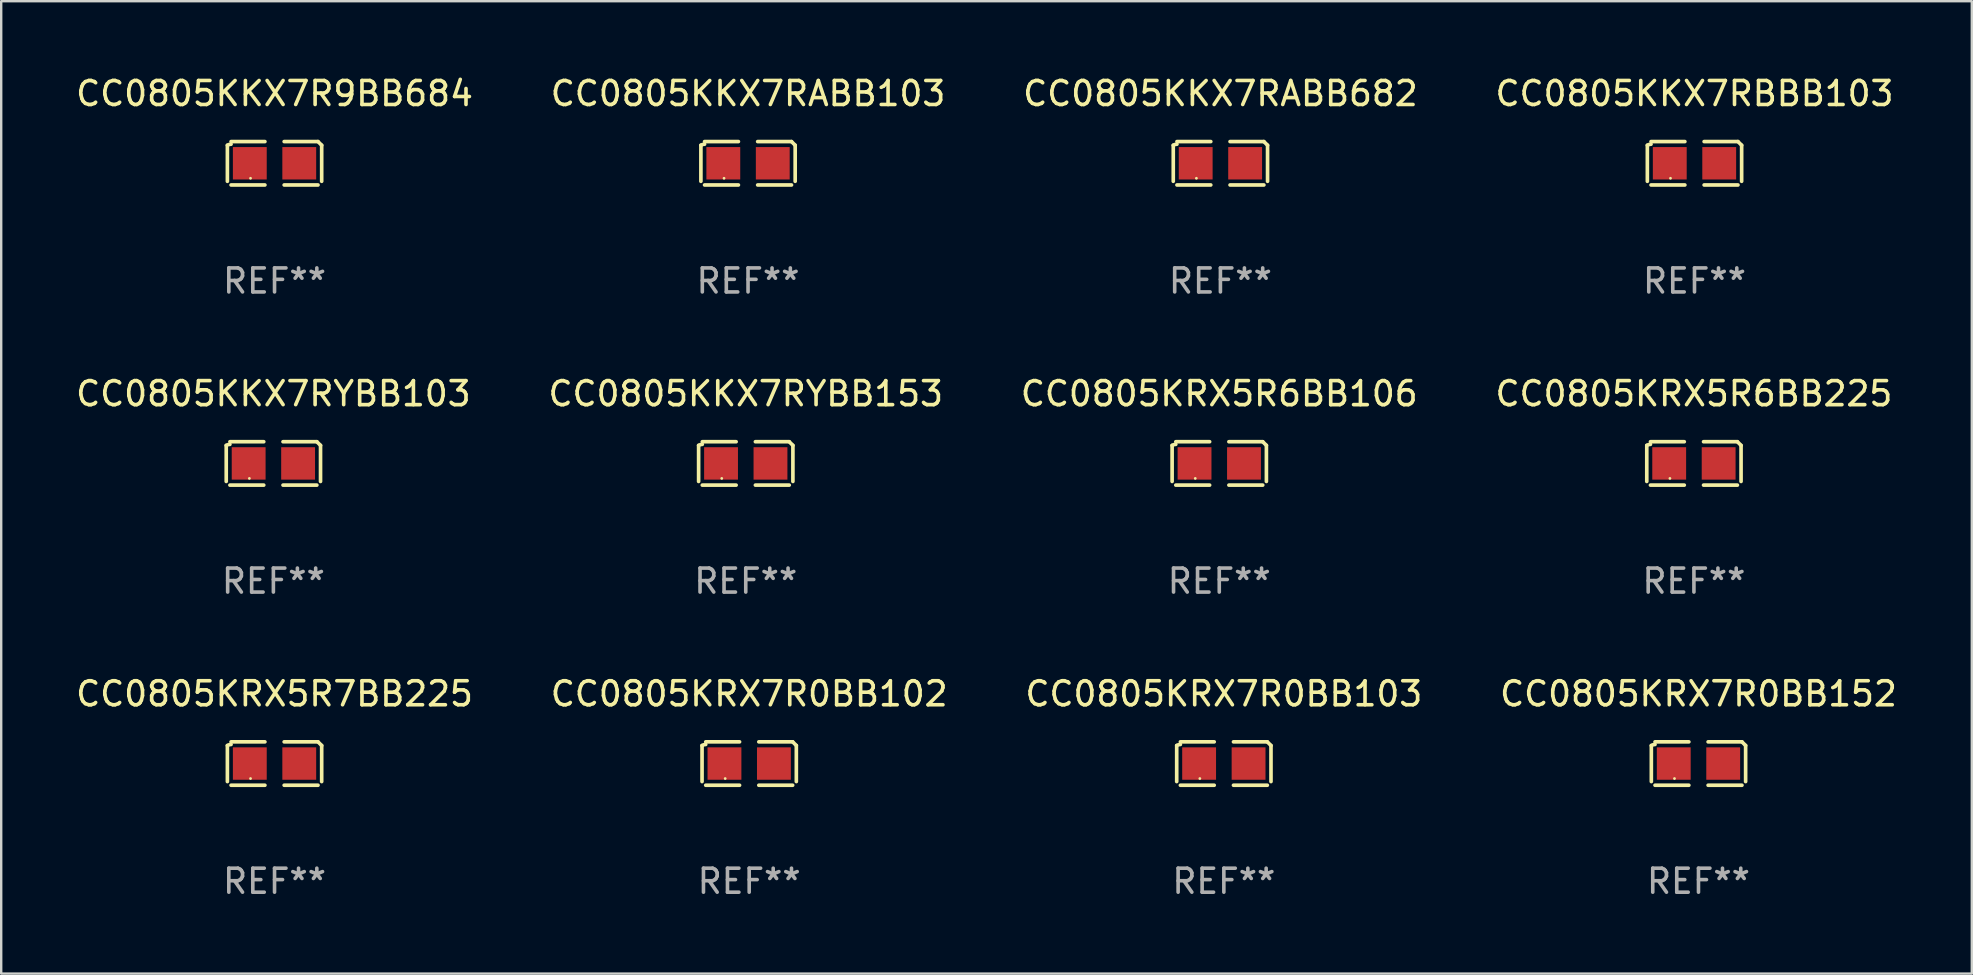
<source format=kicad_pcb>
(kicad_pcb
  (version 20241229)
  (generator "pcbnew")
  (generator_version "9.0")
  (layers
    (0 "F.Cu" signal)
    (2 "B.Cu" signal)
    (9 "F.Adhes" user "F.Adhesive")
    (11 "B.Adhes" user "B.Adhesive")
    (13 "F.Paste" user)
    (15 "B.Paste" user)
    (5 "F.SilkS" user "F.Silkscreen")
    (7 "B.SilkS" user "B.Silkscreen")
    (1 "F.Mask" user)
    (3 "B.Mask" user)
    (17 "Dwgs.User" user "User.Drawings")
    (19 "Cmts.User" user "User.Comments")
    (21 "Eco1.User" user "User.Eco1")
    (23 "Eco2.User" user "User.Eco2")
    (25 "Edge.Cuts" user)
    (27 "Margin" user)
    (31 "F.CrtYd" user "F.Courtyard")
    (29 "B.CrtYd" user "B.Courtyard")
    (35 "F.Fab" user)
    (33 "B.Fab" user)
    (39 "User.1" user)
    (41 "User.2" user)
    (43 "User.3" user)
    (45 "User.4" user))
  (footprint "CC0805KRX7R0BB152"
    (layer "F.Cu")
    (at 67.708 28.759)
    (property "Reference" "CC0805KRX7R0BB152" (at 0 -2.904 0) (layer "F.SilkS") (effects (font (size 1 1) (thickness 0.15))))
    (attr through_hole)
    (fp_line (start -1.964 0.751) (end -1.964 -0.751) (stroke (width 0.152) (type solid)) (layer "F.SilkS"))
    (fp_line (start -1.811 -0.904) (end -0.401 -0.904) (stroke (width 0.152) (type solid)) (layer "F.SilkS"))
    (fp_line (start -0.401 0.904) (end -1.811 0.904) (stroke (width 0.152) (type solid)) (layer "F.SilkS"))
    (fp_line (start 0.401 0.904) (end 1.811 0.904) (stroke (width 0.152) (type solid)) (layer "F.SilkS"))
    (fp_line (start 1.811 -0.904) (end 0.401 -0.904) (stroke (width 0.152) (type solid)) (layer "F.SilkS"))
    (fp_line (start 1.964 0.751) (end 1.964 -0.751) (stroke (width 0.152) (type solid)) (layer "F.SilkS"))
    (fp_arc (start -1.963602 -0.751207) (mid -1.890354 -0.783131) (end -1.811201 -0.794044) (stroke (width 0.1524) (type solid)) (layer "F.SilkS"))
    (fp_arc (start 1.811202 -0.903607) (mid 1.887413 -0.827418) (end 1.963602 -0.751207) (stroke (width 0.1524) (type solid)) (layer "F.SilkS"))
    (fp_circle (center -1 0.625) (end -0.97 0.625) (stroke (width 0.06) (type solid)) (fill no) (layer "F.SilkS"))
    (fp_text user "REF**" (at 0 4.904 0) (layer "F.Fab") (effects (font (size 1 1) (thickness 0.15))))
    (pad "1" smd rect (at -1.03 0) (size 1.41 1.35) (layers "F.Cu" "F.Mask" "F.Paste"))
    (pad "2" smd rect (at 1.03 0) (size 1.41 1.35) (layers "F.Cu" "F.Mask" "F.Paste")))
  (footprint "CC0805KKX7RYBB103"
    (layer "F.Cu")
    (at 8.339 16.256)
    (property "Reference" "CC0805KKX7RYBB103" (at 0 -2.904 0) (layer "F.SilkS") (effects (font (size 1 1) (thickness 0.15))))
    (attr through_hole)
    (fp_line (start -1.964 0.751) (end -1.964 -0.751) (stroke (width 0.152) (type solid)) (layer "F.SilkS"))
    (fp_line (start -1.811 -0.904) (end -0.401 -0.904) (stroke (width 0.152) (type solid)) (layer "F.SilkS"))
    (fp_line (start -0.401 0.904) (end -1.811 0.904) (stroke (width 0.152) (type solid)) (layer "F.SilkS"))
    (fp_line (start 0.401 0.904) (end 1.811 0.904) (stroke (width 0.152) (type solid)) (layer "F.SilkS"))
    (fp_line (start 1.811 -0.904) (end 0.401 -0.904) (stroke (width 0.152) (type solid)) (layer "F.SilkS"))
    (fp_line (start 1.964 0.751) (end 1.964 -0.751) (stroke (width 0.152) (type solid)) (layer "F.SilkS"))
    (fp_arc (start -1.963602 -0.751207) (mid -1.890354 -0.783131) (end -1.811201 -0.794044) (stroke (width 0.1524) (type solid)) (layer "F.SilkS"))
    (fp_arc (start 1.811202 -0.903607) (mid 1.887413 -0.827418) (end 1.963602 -0.751207) (stroke (width 0.1524) (type solid)) (layer "F.SilkS"))
    (fp_circle (center -1 0.625) (end -0.97 0.625) (stroke (width 0.06) (type solid)) (fill no) (layer "F.SilkS"))
    (fp_text user "REF**" (at 0 4.904 0) (layer "F.Fab") (effects (font (size 1 1) (thickness 0.15))))
    (pad "1" smd rect (at -1.03 0) (size 1.41 1.35) (layers "F.Cu" "F.Mask" "F.Paste"))
    (pad "2" smd rect (at 1.03 0) (size 1.41 1.35) (layers "F.Cu" "F.Mask" "F.Paste")))
  (footprint "CC0805KKX7RBBB103"
    (layer "F.Cu")
    (at 67.542 3.752)
    (property "Reference" "CC0805KKX7RBBB103" (at 0 -2.904 0) (layer "F.SilkS") (effects (font (size 1 1) (thickness 0.15))))
    (attr through_hole)
    (fp_line (start -1.964 0.751) (end -1.964 -0.751) (stroke (width 0.152) (type solid)) (layer "F.SilkS"))
    (fp_line (start -1.811 -0.904) (end -0.401 -0.904) (stroke (width 0.152) (type solid)) (layer "F.SilkS"))
    (fp_line (start -0.401 0.904) (end -1.811 0.904) (stroke (width 0.152) (type solid)) (layer "F.SilkS"))
    (fp_line (start 0.401 0.904) (end 1.811 0.904) (stroke (width 0.152) (type solid)) (layer "F.SilkS"))
    (fp_line (start 1.811 -0.904) (end 0.401 -0.904) (stroke (width 0.152) (type solid)) (layer "F.SilkS"))
    (fp_line (start 1.964 0.751) (end 1.964 -0.751) (stroke (width 0.152) (type solid)) (layer "F.SilkS"))
    (fp_arc (start -1.963602 -0.751207) (mid -1.890354 -0.783131) (end -1.811201 -0.794044) (stroke (width 0.1524) (type solid)) (layer "F.SilkS"))
    (fp_arc (start 1.811202 -0.903607) (mid 1.887413 -0.827418) (end 1.963602 -0.751207) (stroke (width 0.1524) (type solid)) (layer "F.SilkS"))
    (fp_circle (center -1 0.625) (end -0.97 0.625) (stroke (width 0.06) (type solid)) (fill no) (layer "F.SilkS"))
    (fp_text user "REF**" (at 0 4.904 0) (layer "F.Fab") (effects (font (size 1 1) (thickness 0.15))))
    (pad "1" smd rect (at -1.03 0) (size 1.41 1.35) (layers "F.Cu" "F.Mask" "F.Paste"))
    (pad "2" smd rect (at 1.03 0) (size 1.41 1.35) (layers "F.Cu" "F.Mask" "F.Paste")))
  (footprint "CC0805KRX5R6BB225"
    (layer "F.Cu")
    (at 67.518 16.256)
    (property "Reference" "CC0805KRX5R6BB225" (at 0 -2.904 0) (layer "F.SilkS") (effects (font (size 1 1) (thickness 0.15))))
    (attr through_hole)
    (fp_line (start -1.964 0.751) (end -1.964 -0.751) (stroke (width 0.152) (type solid)) (layer "F.SilkS"))
    (fp_line (start -1.811 -0.904) (end -0.401 -0.904) (stroke (width 0.152) (type solid)) (layer "F.SilkS"))
    (fp_line (start -0.401 0.904) (end -1.811 0.904) (stroke (width 0.152) (type solid)) (layer "F.SilkS"))
    (fp_line (start 0.401 0.904) (end 1.811 0.904) (stroke (width 0.152) (type solid)) (layer "F.SilkS"))
    (fp_line (start 1.811 -0.904) (end 0.401 -0.904) (stroke (width 0.152) (type solid)) (layer "F.SilkS"))
    (fp_line (start 1.964 0.751) (end 1.964 -0.751) (stroke (width 0.152) (type solid)) (layer "F.SilkS"))
    (fp_arc (start -1.963602 -0.751207) (mid -1.890354 -0.783131) (end -1.811201 -0.794044) (stroke (width 0.1524) (type solid)) (layer "F.SilkS"))
    (fp_arc (start 1.811202 -0.903607) (mid 1.887413 -0.827418) (end 1.963602 -0.751207) (stroke (width 0.1524) (type solid)) (layer "F.SilkS"))
    (fp_circle (center -1 0.625) (end -0.97 0.625) (stroke (width 0.06) (type solid)) (fill no) (layer "F.SilkS"))
    (fp_text user "REF**" (at 0 4.904 0) (layer "F.Fab") (effects (font (size 1 1) (thickness 0.15))))
    (pad "1" smd rect (at -1.03 0) (size 1.41 1.35) (layers "F.Cu" "F.Mask" "F.Paste"))
    (pad "2" smd rect (at 1.03 0) (size 1.41 1.35) (layers "F.Cu" "F.Mask" "F.Paste")))
  (footprint "CC0805KRX7R0BB103"
    (layer "F.Cu")
    (at 47.935 28.759)
    (property "Reference" "CC0805KRX7R0BB103" (at 0 -2.904 0) (layer "F.SilkS") (effects (font (size 1 1) (thickness 0.15))))
    (attr through_hole)
    (fp_line (start -1.964 0.751) (end -1.964 -0.751) (stroke (width 0.152) (type solid)) (layer "F.SilkS"))
    (fp_line (start -1.811 -0.904) (end -0.401 -0.904) (stroke (width 0.152) (type solid)) (layer "F.SilkS"))
    (fp_line (start -0.401 0.904) (end -1.811 0.904) (stroke (width 0.152) (type solid)) (layer "F.SilkS"))
    (fp_line (start 0.401 0.904) (end 1.811 0.904) (stroke (width 0.152) (type solid)) (layer "F.SilkS"))
    (fp_line (start 1.811 -0.904) (end 0.401 -0.904) (stroke (width 0.152) (type solid)) (layer "F.SilkS"))
    (fp_line (start 1.964 0.751) (end 1.964 -0.751) (stroke (width 0.152) (type solid)) (layer "F.SilkS"))
    (fp_arc (start -1.963602 -0.751207) (mid -1.890354 -0.783131) (end -1.811201 -0.794044) (stroke (width 0.1524) (type solid)) (layer "F.SilkS"))
    (fp_arc (start 1.811202 -0.903607) (mid 1.887413 -0.827418) (end 1.963602 -0.751207) (stroke (width 0.1524) (type solid)) (layer "F.SilkS"))
    (fp_circle (center -1 0.625) (end -0.97 0.625) (stroke (width 0.06) (type solid)) (fill no) (layer "F.SilkS"))
    (fp_text user "REF**" (at 0 4.904 0) (layer "F.Fab") (effects (font (size 1 1) (thickness 0.15))))
    (pad "1" smd rect (at -1.03 0) (size 1.41 1.35) (layers "F.Cu" "F.Mask" "F.Paste"))
    (pad "2" smd rect (at 1.03 0) (size 1.41 1.35) (layers "F.Cu" "F.Mask" "F.Paste")))
  (footprint "CC0805KRX7R0BB102"
    (layer "F.Cu")
    (at 28.161 28.759)
    (property "Reference" "CC0805KRX7R0BB102" (at 0 -2.904 0) (layer "F.SilkS") (effects (font (size 1 1) (thickness 0.15))))
    (attr through_hole)
    (fp_line (start -1.964 0.751) (end -1.964 -0.751) (stroke (width 0.152) (type solid)) (layer "F.SilkS"))
    (fp_line (start -1.811 -0.904) (end -0.401 -0.904) (stroke (width 0.152) (type solid)) (layer "F.SilkS"))
    (fp_line (start -0.401 0.904) (end -1.811 0.904) (stroke (width 0.152) (type solid)) (layer "F.SilkS"))
    (fp_line (start 0.401 0.904) (end 1.811 0.904) (stroke (width 0.152) (type solid)) (layer "F.SilkS"))
    (fp_line (start 1.811 -0.904) (end 0.401 -0.904) (stroke (width 0.152) (type solid)) (layer "F.SilkS"))
    (fp_line (start 1.964 0.751) (end 1.964 -0.751) (stroke (width 0.152) (type solid)) (layer "F.SilkS"))
    (fp_arc (start -1.963602 -0.751207) (mid -1.890354 -0.783131) (end -1.811201 -0.794044) (stroke (width 0.1524) (type solid)) (layer "F.SilkS"))
    (fp_arc (start 1.811202 -0.903607) (mid 1.887413 -0.827418) (end 1.963602 -0.751207) (stroke (width 0.1524) (type solid)) (layer "F.SilkS"))
    (fp_circle (center -1 0.625) (end -0.97 0.625) (stroke (width 0.06) (type solid)) (fill no) (layer "F.SilkS"))
    (fp_text user "REF**" (at 0 4.904 0) (layer "F.Fab") (effects (font (size 1 1) (thickness 0.15))))
    (pad "1" smd rect (at -1.03 0) (size 1.41 1.35) (layers "F.Cu" "F.Mask" "F.Paste"))
    (pad "2" smd rect (at 1.03 0) (size 1.41 1.35) (layers "F.Cu" "F.Mask" "F.Paste")))
  (footprint "CC0805KRX5R6BB106"
    (layer "F.Cu")
    (at 47.744 16.256)
    (property "Reference" "CC0805KRX5R6BB106" (at 0 -2.904 0) (layer "F.SilkS") (effects (font (size 1 1) (thickness 0.15))))
    (attr through_hole)
    (fp_line (start -1.964 0.751) (end -1.964 -0.751) (stroke (width 0.152) (type solid)) (layer "F.SilkS"))
    (fp_line (start -1.811 -0.904) (end -0.401 -0.904) (stroke (width 0.152) (type solid)) (layer "F.SilkS"))
    (fp_line (start -0.401 0.904) (end -1.811 0.904) (stroke (width 0.152) (type solid)) (layer "F.SilkS"))
    (fp_line (start 0.401 0.904) (end 1.811 0.904) (stroke (width 0.152) (type solid)) (layer "F.SilkS"))
    (fp_line (start 1.811 -0.904) (end 0.401 -0.904) (stroke (width 0.152) (type solid)) (layer "F.SilkS"))
    (fp_line (start 1.964 0.751) (end 1.964 -0.751) (stroke (width 0.152) (type solid)) (layer "F.SilkS"))
    (fp_arc (start -1.963602 -0.751207) (mid -1.890354 -0.783131) (end -1.811201 -0.794044) (stroke (width 0.1524) (type solid)) (layer "F.SilkS"))
    (fp_arc (start 1.811202 -0.903607) (mid 1.887413 -0.827418) (end 1.963602 -0.751207) (stroke (width 0.1524) (type solid)) (layer "F.SilkS"))
    (fp_circle (center -1 0.625) (end -0.97 0.625) (stroke (width 0.06) (type solid)) (fill no) (layer "F.SilkS"))
    (fp_text user "REF**" (at 0 4.904 0) (layer "F.Fab") (effects (font (size 1 1) (thickness 0.15))))
    (pad "1" smd rect (at -1.03 0) (size 1.41 1.35) (layers "F.Cu" "F.Mask" "F.Paste"))
    (pad "2" smd rect (at 1.03 0) (size 1.41 1.35) (layers "F.Cu" "F.Mask" "F.Paste")))
  (footprint "CC0805KKX7RABB682"
    (layer "F.Cu")
    (at 47.792 3.752)
    (property "Reference" "CC0805KKX7RABB682" (at 0 -2.904 0) (layer "F.SilkS") (effects (font (size 1 1) (thickness 0.15))))
    (attr through_hole)
    (fp_line (start -1.964 0.751) (end -1.964 -0.751) (stroke (width 0.152) (type solid)) (layer "F.SilkS"))
    (fp_line (start -1.811 -0.904) (end -0.401 -0.904) (stroke (width 0.152) (type solid)) (layer "F.SilkS"))
    (fp_line (start -0.401 0.904) (end -1.811 0.904) (stroke (width 0.152) (type solid)) (layer "F.SilkS"))
    (fp_line (start 0.401 0.904) (end 1.811 0.904) (stroke (width 0.152) (type solid)) (layer "F.SilkS"))
    (fp_line (start 1.811 -0.904) (end 0.401 -0.904) (stroke (width 0.152) (type solid)) (layer "F.SilkS"))
    (fp_line (start 1.964 0.751) (end 1.964 -0.751) (stroke (width 0.152) (type solid)) (layer "F.SilkS"))
    (fp_arc (start -1.963602 -0.751207) (mid -1.890354 -0.783131) (end -1.811201 -0.794044) (stroke (width 0.1524) (type solid)) (layer "F.SilkS"))
    (fp_arc (start 1.811202 -0.903607) (mid 1.887413 -0.827418) (end 1.963602 -0.751207) (stroke (width 0.1524) (type solid)) (layer "F.SilkS"))
    (fp_circle (center -1 0.625) (end -0.97 0.625) (stroke (width 0.06) (type solid)) (fill no) (layer "F.SilkS"))
    (fp_text user "REF**" (at 0 4.904 0) (layer "F.Fab") (effects (font (size 1 1) (thickness 0.15))))
    (pad "1" smd rect (at -1.03 0) (size 1.41 1.35) (layers "F.Cu" "F.Mask" "F.Paste"))
    (pad "2" smd rect (at 1.03 0) (size 1.41 1.35) (layers "F.Cu" "F.Mask" "F.Paste")))
  (footprint "CC0805KKX7R9BB684"
    (layer "F.Cu")
    (at 8.387 3.752)
    (property "Reference" "CC0805KKX7R9BB684" (at 0 -2.904 0) (layer "F.SilkS") (effects (font (size 1 1) (thickness 0.15))))
    (attr through_hole)
    (fp_line (start -1.964 0.751) (end -1.964 -0.751) (stroke (width 0.152) (type solid)) (layer "F.SilkS"))
    (fp_line (start -1.811 -0.904) (end -0.401 -0.904) (stroke (width 0.152) (type solid)) (layer "F.SilkS"))
    (fp_line (start -0.401 0.904) (end -1.811 0.904) (stroke (width 0.152) (type solid)) (layer "F.SilkS"))
    (fp_line (start 0.401 0.904) (end 1.811 0.904) (stroke (width 0.152) (type solid)) (layer "F.SilkS"))
    (fp_line (start 1.811 -0.904) (end 0.401 -0.904) (stroke (width 0.152) (type solid)) (layer "F.SilkS"))
    (fp_line (start 1.964 0.751) (end 1.964 -0.751) (stroke (width 0.152) (type solid)) (layer "F.SilkS"))
    (fp_arc (start -1.963602 -0.751207) (mid -1.890354 -0.783131) (end -1.811201 -0.794044) (stroke (width 0.1524) (type solid)) (layer "F.SilkS"))
    (fp_arc (start 1.811202 -0.903607) (mid 1.887413 -0.827418) (end 1.963602 -0.751207) (stroke (width 0.1524) (type solid)) (layer "F.SilkS"))
    (fp_circle (center -1 0.625) (end -0.97 0.625) (stroke (width 0.06) (type solid)) (fill no) (layer "F.SilkS"))
    (fp_text user "REF**" (at 0 4.904 0) (layer "F.Fab") (effects (font (size 1 1) (thickness 0.15))))
    (pad "1" smd rect (at -1.03 0) (size 1.41 1.35) (layers "F.Cu" "F.Mask" "F.Paste"))
    (pad "2" smd rect (at 1.03 0) (size 1.41 1.35) (layers "F.Cu" "F.Mask" "F.Paste")))
  (footprint "CC0805KKX7RABB103"
    (layer "F.Cu")
    (at 28.113 3.752)
    (property "Reference" "CC0805KKX7RABB103" (at 0 -2.904 0) (layer "F.SilkS") (effects (font (size 1 1) (thickness 0.15))))
    (attr through_hole)
    (fp_line (start -1.964 0.751) (end -1.964 -0.751) (stroke (width 0.152) (type solid)) (layer "F.SilkS"))
    (fp_line (start -1.811 -0.904) (end -0.401 -0.904) (stroke (width 0.152) (type solid)) (layer "F.SilkS"))
    (fp_line (start -0.401 0.904) (end -1.811 0.904) (stroke (width 0.152) (type solid)) (layer "F.SilkS"))
    (fp_line (start 0.401 0.904) (end 1.811 0.904) (stroke (width 0.152) (type solid)) (layer "F.SilkS"))
    (fp_line (start 1.811 -0.904) (end 0.401 -0.904) (stroke (width 0.152) (type solid)) (layer "F.SilkS"))
    (fp_line (start 1.964 0.751) (end 1.964 -0.751) (stroke (width 0.152) (type solid)) (layer "F.SilkS"))
    (fp_arc (start -1.963602 -0.751207) (mid -1.890354 -0.783131) (end -1.811201 -0.794044) (stroke (width 0.1524) (type solid)) (layer "F.SilkS"))
    (fp_arc (start 1.811202 -0.903607) (mid 1.887413 -0.827418) (end 1.963602 -0.751207) (stroke (width 0.1524) (type solid)) (layer "F.SilkS"))
    (fp_circle (center -1 0.625) (end -0.97 0.625) (stroke (width 0.06) (type solid)) (fill no) (layer "F.SilkS"))
    (fp_text user "REF**" (at 0 4.904 0) (layer "F.Fab") (effects (font (size 1 1) (thickness 0.15))))
    (pad "1" smd rect (at -1.03 0) (size 1.41 1.35) (layers "F.Cu" "F.Mask" "F.Paste"))
    (pad "2" smd rect (at 1.03 0) (size 1.41 1.35) (layers "F.Cu" "F.Mask" "F.Paste")))
  (footprint "CC0805KKX7RYBB153"
    (layer "F.Cu")
    (at 28.018 16.256)
    (property "Reference" "CC0805KKX7RYBB153" (at 0 -2.904 0) (layer "F.SilkS") (effects (font (size 1 1) (thickness 0.15))))
    (attr through_hole)
    (fp_line (start -1.964 0.751) (end -1.964 -0.751) (stroke (width 0.152) (type solid)) (layer "F.SilkS"))
    (fp_line (start -1.811 -0.904) (end -0.401 -0.904) (stroke (width 0.152) (type solid)) (layer "F.SilkS"))
    (fp_line (start -0.401 0.904) (end -1.811 0.904) (stroke (width 0.152) (type solid)) (layer "F.SilkS"))
    (fp_line (start 0.401 0.904) (end 1.811 0.904) (stroke (width 0.152) (type solid)) (layer "F.SilkS"))
    (fp_line (start 1.811 -0.904) (end 0.401 -0.904) (stroke (width 0.152) (type solid)) (layer "F.SilkS"))
    (fp_line (start 1.964 0.751) (end 1.964 -0.751) (stroke (width 0.152) (type solid)) (layer "F.SilkS"))
    (fp_arc (start -1.963602 -0.751207) (mid -1.890354 -0.783131) (end -1.811201 -0.794044) (stroke (width 0.1524) (type solid)) (layer "F.SilkS"))
    (fp_arc (start 1.811202 -0.903607) (mid 1.887413 -0.827418) (end 1.963602 -0.751207) (stroke (width 0.1524) (type solid)) (layer "F.SilkS"))
    (fp_circle (center -1 0.625) (end -0.97 0.625) (stroke (width 0.06) (type solid)) (fill no) (layer "F.SilkS"))
    (fp_text user "REF**" (at 0 4.904 0) (layer "F.Fab") (effects (font (size 1 1) (thickness 0.15))))
    (pad "1" smd rect (at -1.03 0) (size 1.41 1.35) (layers "F.Cu" "F.Mask" "F.Paste"))
    (pad "2" smd rect (at 1.03 0) (size 1.41 1.35) (layers "F.Cu" "F.Mask" "F.Paste")))
  (footprint "CC0805KRX5R7BB225"
    (layer "F.Cu")
    (at 8.387 28.759)
    (property "Reference" "CC0805KRX5R7BB225" (at 0 -2.904 0) (layer "F.SilkS") (effects (font (size 1 1) (thickness 0.15))))
    (attr through_hole)
    (fp_line (start -1.964 0.751) (end -1.964 -0.751) (stroke (width 0.152) (type solid)) (layer "F.SilkS"))
    (fp_line (start -1.811 -0.904) (end -0.401 -0.904) (stroke (width 0.152) (type solid)) (layer "F.SilkS"))
    (fp_line (start -0.401 0.904) (end -1.811 0.904) (stroke (width 0.152) (type solid)) (layer "F.SilkS"))
    (fp_line (start 0.401 0.904) (end 1.811 0.904) (stroke (width 0.152) (type solid)) (layer "F.SilkS"))
    (fp_line (start 1.811 -0.904) (end 0.401 -0.904) (stroke (width 0.152) (type solid)) (layer "F.SilkS"))
    (fp_line (start 1.964 0.751) (end 1.964 -0.751) (stroke (width 0.152) (type solid)) (layer "F.SilkS"))
    (fp_arc (start -1.963602 -0.751207) (mid -1.890354 -0.783131) (end -1.811201 -0.794044) (stroke (width 0.1524) (type solid)) (layer "F.SilkS"))
    (fp_arc (start 1.811202 -0.903607) (mid 1.887413 -0.827418) (end 1.963602 -0.751207) (stroke (width 0.1524) (type solid)) (layer "F.SilkS"))
    (fp_circle (center -1 0.625) (end -0.97 0.625) (stroke (width 0.06) (type solid)) (fill no) (layer "F.SilkS"))
    (fp_text user "REF**" (at 0 4.904 0) (layer "F.Fab") (effects (font (size 1 1) (thickness 0.15))))
    (pad "1" smd rect (at -1.03 0) (size 1.41 1.35) (layers "F.Cu" "F.Mask" "F.Paste"))
    (pad "2" smd rect (at 1.03 0) (size 1.41 1.35) (layers "F.Cu" "F.Mask" "F.Paste")))
  (gr_rect
    (start -3 -3)
    (end 79.095 37.511)
    (stroke (width 0.1) (type default))
    (fill no)
    (layer "Edge.Cuts")))
</source>
